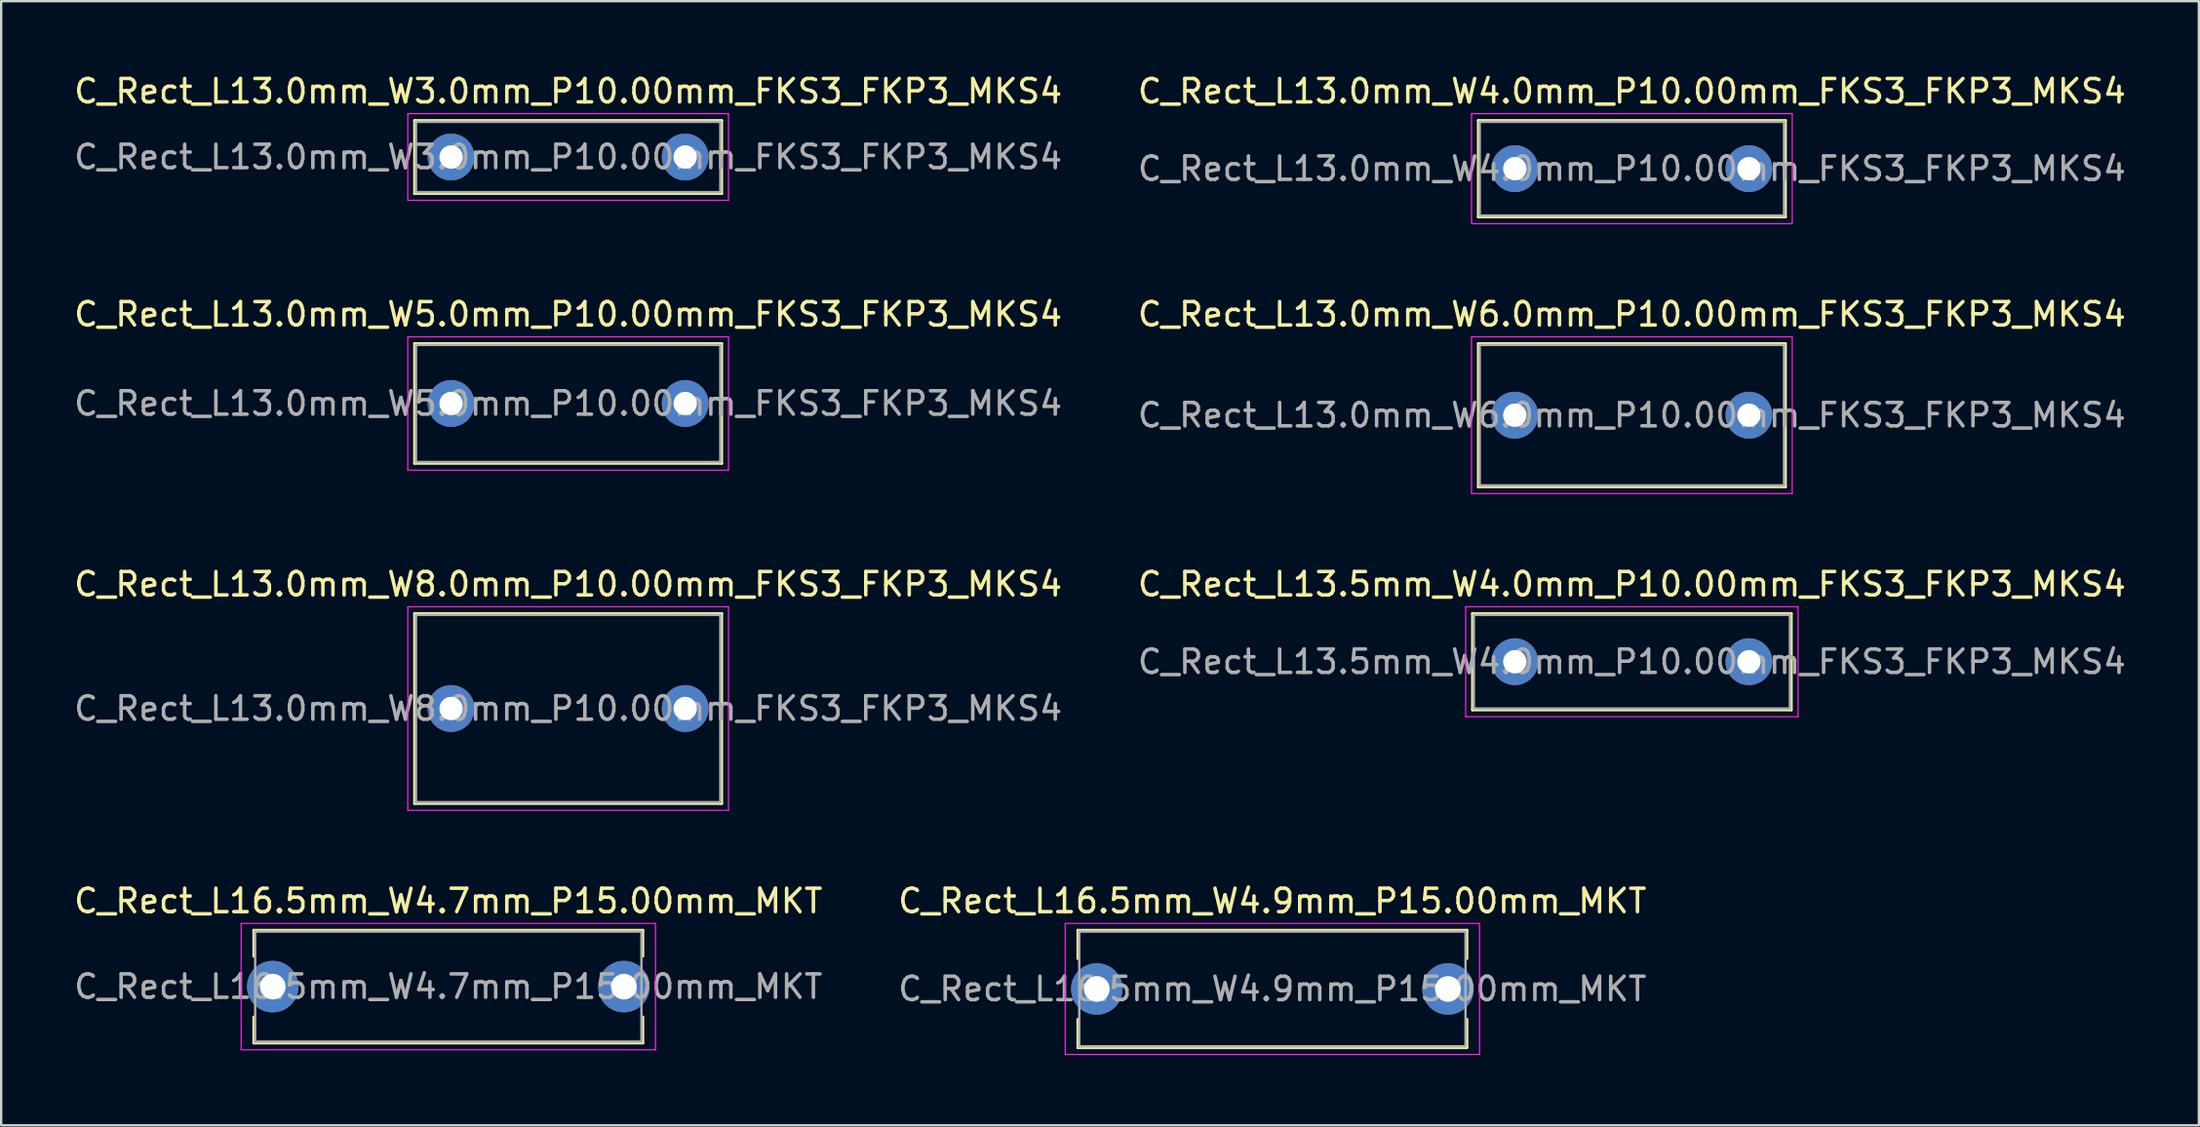
<source format=kicad_pcb>
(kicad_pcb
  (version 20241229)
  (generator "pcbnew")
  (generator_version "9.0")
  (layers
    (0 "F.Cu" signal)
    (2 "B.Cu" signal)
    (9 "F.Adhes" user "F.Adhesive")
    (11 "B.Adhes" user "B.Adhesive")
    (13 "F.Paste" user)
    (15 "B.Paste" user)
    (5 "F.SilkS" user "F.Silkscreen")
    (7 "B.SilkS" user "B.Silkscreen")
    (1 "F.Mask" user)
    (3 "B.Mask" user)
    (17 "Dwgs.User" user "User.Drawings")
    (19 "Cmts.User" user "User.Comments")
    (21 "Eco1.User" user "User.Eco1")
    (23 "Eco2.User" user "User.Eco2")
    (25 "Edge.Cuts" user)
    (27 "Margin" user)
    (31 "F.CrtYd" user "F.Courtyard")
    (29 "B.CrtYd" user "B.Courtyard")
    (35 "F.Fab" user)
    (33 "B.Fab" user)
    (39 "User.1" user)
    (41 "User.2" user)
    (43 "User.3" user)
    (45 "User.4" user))
  (footprint "C_Rect_L16.5mm_W4.7mm_P15.00mm_MKT"
    (layer "F.Cu")
    (at 8.601 39.108)
    (property "Reference" "C_Rect_L16.5mm_W4.7mm_P15.00mm_MKT" (at 7.5 -3.66 0) (layer "F.SilkS") (effects (font (size 1 1) (thickness 0.15))))
    (attr through_hole)
    (fp_line (start -0.81 -2.41) (end -0.81 -1.296) (stroke (width 0.12) (type solid)) (layer "F.SilkS"))
    (fp_line (start -0.81 -2.41) (end 15.81 -2.41) (stroke (width 0.12) (type solid)) (layer "F.SilkS"))
    (fp_line (start -0.81 1.296) (end -0.81 2.41) (stroke (width 0.12) (type solid)) (layer "F.SilkS"))
    (fp_line (start -0.81 2.41) (end 15.81 2.41) (stroke (width 0.12) (type solid)) (layer "F.SilkS"))
    (fp_line (start 15.81 -2.41) (end 15.81 -1.296) (stroke (width 0.12) (type solid)) (layer "F.SilkS"))
    (fp_line (start 15.81 1.296) (end 15.81 2.41) (stroke (width 0.12) (type solid)) (layer "F.SilkS"))
    (fp_line (start -1.35 -2.7) (end -1.35 2.7) (stroke (width 0.05) (type solid)) (layer "F.CrtYd"))
    (fp_line (start -1.35 2.7) (end 16.35 2.7) (stroke (width 0.05) (type solid)) (layer "F.CrtYd"))
    (fp_line (start 16.35 -2.7) (end -1.35 -2.7) (stroke (width 0.05) (type solid)) (layer "F.CrtYd"))
    (fp_line (start 16.35 2.7) (end 16.35 -2.7) (stroke (width 0.05) (type solid)) (layer "F.CrtYd"))
    (fp_line (start -0.75 -2.35) (end -0.75 2.35) (stroke (width 0.1) (type solid)) (layer "F.Fab"))
    (fp_line (start -0.75 2.35) (end 15.75 2.35) (stroke (width 0.1) (type solid)) (layer "F.Fab"))
    (fp_line (start 15.75 -2.35) (end -0.75 -2.35) (stroke (width 0.1) (type solid)) (layer "F.Fab"))
    (fp_line (start 15.75 2.35) (end 15.75 -2.35) (stroke (width 0.1) (type solid)) (layer "F.Fab"))
    (fp_text user "${REFERENCE}" (at 7.5 0 0) (layer "F.Fab") (effects (font (size 1 1) (thickness 0.15))))
    (pad "1" thru_hole circle (at 0 0) (size 2.2 2.2) (drill 1.1) (layers "*.Cu" "*.Mask"))
    (pad "2" thru_hole circle (at 15 0) (size 2.2 2.2) (drill 1.1) (layers "*.Cu" "*.Mask")))
  (footprint "C_Rect_L13.0mm_W6.0mm_P10.00mm_FKS3_FKP3_MKS4"
    (layer "F.Cu")
    (at 61.661 14.691)
    (property "Reference" "C_Rect_L13.0mm_W6.0mm_P10.00mm_FKS3_FKP3_MKS4" (at 5 -4.31 0) (layer "F.SilkS") (effects (font (size 1 1) (thickness 0.15))))
    (attr through_hole)
    (fp_line (start -1.56 -3.06) (end -1.56 3.06) (stroke (width 0.12) (type solid)) (layer "F.SilkS"))
    (fp_line (start -1.56 -3.06) (end 11.56 -3.06) (stroke (width 0.12) (type solid)) (layer "F.SilkS"))
    (fp_line (start -1.56 3.06) (end 11.56 3.06) (stroke (width 0.12) (type solid)) (layer "F.SilkS"))
    (fp_line (start 11.56 -3.06) (end 11.56 3.06) (stroke (width 0.12) (type solid)) (layer "F.SilkS"))
    (fp_line (start -1.85 -3.35) (end -1.85 3.35) (stroke (width 0.05) (type solid)) (layer "F.CrtYd"))
    (fp_line (start -1.85 3.35) (end 11.85 3.35) (stroke (width 0.05) (type solid)) (layer "F.CrtYd"))
    (fp_line (start 11.85 -3.35) (end -1.85 -3.35) (stroke (width 0.05) (type solid)) (layer "F.CrtYd"))
    (fp_line (start 11.85 3.35) (end 11.85 -3.35) (stroke (width 0.05) (type solid)) (layer "F.CrtYd"))
    (fp_line (start -1.5 -3) (end -1.5 3) (stroke (width 0.1) (type solid)) (layer "F.Fab"))
    (fp_line (start -1.5 3) (end 11.5 3) (stroke (width 0.1) (type solid)) (layer "F.Fab"))
    (fp_line (start 11.5 -3) (end -1.5 -3) (stroke (width 0.1) (type solid)) (layer "F.Fab"))
    (fp_line (start 11.5 3) (end 11.5 -3) (stroke (width 0.1) (type solid)) (layer "F.Fab"))
    (fp_text user "${REFERENCE}" (at 5 0 0) (layer "F.Fab") (effects (font (size 1 1) (thickness 0.15))))
    (pad "1" thru_hole circle (at 0 0) (size 2 2) (drill 1) (layers "*.Cu" "*.Mask"))
    (pad "2" thru_hole circle (at 10 0) (size 2 2) (drill 1) (layers "*.Cu" "*.Mask")))
  (footprint "C_Rect_L13.5mm_W4.0mm_P10.00mm_FKS3_FKP3_MKS4"
    (layer "F.Cu")
    (at 61.661 25.225)
    (property "Reference" "C_Rect_L13.5mm_W4.0mm_P10.00mm_FKS3_FKP3_MKS4" (at 5 -3.31 0) (layer "F.SilkS") (effects (font (size 1 1) (thickness 0.15))))
    (attr through_hole)
    (fp_line (start -1.81 -2.06) (end -1.81 2.06) (stroke (width 0.12) (type solid)) (layer "F.SilkS"))
    (fp_line (start -1.81 -2.06) (end 11.81 -2.06) (stroke (width 0.12) (type solid)) (layer "F.SilkS"))
    (fp_line (start -1.81 2.06) (end 11.81 2.06) (stroke (width 0.12) (type solid)) (layer "F.SilkS"))
    (fp_line (start 11.81 -2.06) (end 11.81 2.06) (stroke (width 0.12) (type solid)) (layer "F.SilkS"))
    (fp_line (start -2.1 -2.35) (end -2.1 2.35) (stroke (width 0.05) (type solid)) (layer "F.CrtYd"))
    (fp_line (start -2.1 2.35) (end 12.1 2.35) (stroke (width 0.05) (type solid)) (layer "F.CrtYd"))
    (fp_line (start 12.1 -2.35) (end -2.1 -2.35) (stroke (width 0.05) (type solid)) (layer "F.CrtYd"))
    (fp_line (start 12.1 2.35) (end 12.1 -2.35) (stroke (width 0.05) (type solid)) (layer "F.CrtYd"))
    (fp_line (start -1.75 -2) (end -1.75 2) (stroke (width 0.1) (type solid)) (layer "F.Fab"))
    (fp_line (start -1.75 2) (end 11.75 2) (stroke (width 0.1) (type solid)) (layer "F.Fab"))
    (fp_line (start 11.75 -2) (end -1.75 -2) (stroke (width 0.1) (type solid)) (layer "F.Fab"))
    (fp_line (start 11.75 2) (end 11.75 -2) (stroke (width 0.1) (type solid)) (layer "F.Fab"))
    (fp_text user "${REFERENCE}" (at 5 0 0) (layer "F.Fab") (effects (font (size 1 1) (thickness 0.15))))
    (pad "1" thru_hole circle (at 0 0) (size 2 2) (drill 1) (layers "*.Cu" "*.Mask"))
    (pad "2" thru_hole circle (at 10 0) (size 2 2) (drill 1) (layers "*.Cu" "*.Mask")))
  (footprint "C_Rect_L13.0mm_W4.0mm_P10.00mm_FKS3_FKP3_MKS4"
    (layer "F.Cu")
    (at 61.661 4.158)
    (property "Reference" "C_Rect_L13.0mm_W4.0mm_P10.00mm_FKS3_FKP3_MKS4" (at 5 -3.31 0) (layer "F.SilkS") (effects (font (size 1 1) (thickness 0.15))))
    (attr through_hole)
    (fp_line (start -1.56 -2.06) (end -1.56 2.06) (stroke (width 0.12) (type solid)) (layer "F.SilkS"))
    (fp_line (start -1.56 -2.06) (end 11.56 -2.06) (stroke (width 0.12) (type solid)) (layer "F.SilkS"))
    (fp_line (start -1.56 2.06) (end 11.56 2.06) (stroke (width 0.12) (type solid)) (layer "F.SilkS"))
    (fp_line (start 11.56 -2.06) (end 11.56 2.06) (stroke (width 0.12) (type solid)) (layer "F.SilkS"))
    (fp_line (start -1.85 -2.35) (end -1.85 2.35) (stroke (width 0.05) (type solid)) (layer "F.CrtYd"))
    (fp_line (start -1.85 2.35) (end 11.85 2.35) (stroke (width 0.05) (type solid)) (layer "F.CrtYd"))
    (fp_line (start 11.85 -2.35) (end -1.85 -2.35) (stroke (width 0.05) (type solid)) (layer "F.CrtYd"))
    (fp_line (start 11.85 2.35) (end 11.85 -2.35) (stroke (width 0.05) (type solid)) (layer "F.CrtYd"))
    (fp_line (start -1.5 -2) (end -1.5 2) (stroke (width 0.1) (type solid)) (layer "F.Fab"))
    (fp_line (start -1.5 2) (end 11.5 2) (stroke (width 0.1) (type solid)) (layer "F.Fab"))
    (fp_line (start 11.5 -2) (end -1.5 -2) (stroke (width 0.1) (type solid)) (layer "F.Fab"))
    (fp_line (start 11.5 2) (end 11.5 -2) (stroke (width 0.1) (type solid)) (layer "F.Fab"))
    (fp_text user "${REFERENCE}" (at 5 0 0) (layer "F.Fab") (effects (font (size 1 1) (thickness 0.15))))
    (pad "1" thru_hole circle (at 0 0) (size 2 2) (drill 1) (layers "*.Cu" "*.Mask"))
    (pad "2" thru_hole circle (at 10 0) (size 2 2) (drill 1) (layers "*.Cu" "*.Mask")))
  (footprint "C_Rect_L13.0mm_W5.0mm_P10.00mm_FKS3_FKP3_MKS4"
    (layer "F.Cu")
    (at 16.22 14.191)
    (property "Reference" "C_Rect_L13.0mm_W5.0mm_P10.00mm_FKS3_FKP3_MKS4" (at 5 -3.81 0) (layer "F.SilkS") (effects (font (size 1 1) (thickness 0.15))))
    (attr through_hole)
    (fp_line (start -1.56 -2.56) (end -1.56 2.56) (stroke (width 0.12) (type solid)) (layer "F.SilkS"))
    (fp_line (start -1.56 -2.56) (end 11.56 -2.56) (stroke (width 0.12) (type solid)) (layer "F.SilkS"))
    (fp_line (start -1.56 2.56) (end 11.56 2.56) (stroke (width 0.12) (type solid)) (layer "F.SilkS"))
    (fp_line (start 11.56 -2.56) (end 11.56 2.56) (stroke (width 0.12) (type solid)) (layer "F.SilkS"))
    (fp_line (start -1.85 -2.85) (end -1.85 2.85) (stroke (width 0.05) (type solid)) (layer "F.CrtYd"))
    (fp_line (start -1.85 2.85) (end 11.85 2.85) (stroke (width 0.05) (type solid)) (layer "F.CrtYd"))
    (fp_line (start 11.85 -2.85) (end -1.85 -2.85) (stroke (width 0.05) (type solid)) (layer "F.CrtYd"))
    (fp_line (start 11.85 2.85) (end 11.85 -2.85) (stroke (width 0.05) (type solid)) (layer "F.CrtYd"))
    (fp_line (start -1.5 -2.5) (end -1.5 2.5) (stroke (width 0.1) (type solid)) (layer "F.Fab"))
    (fp_line (start -1.5 2.5) (end 11.5 2.5) (stroke (width 0.1) (type solid)) (layer "F.Fab"))
    (fp_line (start 11.5 -2.5) (end -1.5 -2.5) (stroke (width 0.1) (type solid)) (layer "F.Fab"))
    (fp_line (start 11.5 2.5) (end 11.5 -2.5) (stroke (width 0.1) (type solid)) (layer "F.Fab"))
    (fp_text user "${REFERENCE}" (at 5 0 0) (layer "F.Fab") (effects (font (size 1 1) (thickness 0.15))))
    (pad "1" thru_hole circle (at 0 0) (size 2 2) (drill 1) (layers "*.Cu" "*.Mask"))
    (pad "2" thru_hole circle (at 10 0) (size 2 2) (drill 1) (layers "*.Cu" "*.Mask")))
  (footprint "C_Rect_L16.5mm_W4.9mm_P15.00mm_MKT"
    (layer "F.Cu")
    (at 43.804 39.208)
    (property "Reference" "C_Rect_L16.5mm_W4.9mm_P15.00mm_MKT" (at 7.5 -3.76 0) (layer "F.SilkS") (effects (font (size 1 1) (thickness 0.15))))
    (attr through_hole)
    (fp_line (start -0.81 -2.51) (end -0.81 -1.296) (stroke (width 0.12) (type solid)) (layer "F.SilkS"))
    (fp_line (start -0.81 -2.51) (end 15.81 -2.51) (stroke (width 0.12) (type solid)) (layer "F.SilkS"))
    (fp_line (start -0.81 1.296) (end -0.81 2.51) (stroke (width 0.12) (type solid)) (layer "F.SilkS"))
    (fp_line (start -0.81 2.51) (end 15.81 2.51) (stroke (width 0.12) (type solid)) (layer "F.SilkS"))
    (fp_line (start 15.81 -2.51) (end 15.81 -1.296) (stroke (width 0.12) (type solid)) (layer "F.SilkS"))
    (fp_line (start 15.81 1.296) (end 15.81 2.51) (stroke (width 0.12) (type solid)) (layer "F.SilkS"))
    (fp_line (start -1.35 -2.8) (end -1.35 2.8) (stroke (width 0.05) (type solid)) (layer "F.CrtYd"))
    (fp_line (start -1.35 2.8) (end 16.35 2.8) (stroke (width 0.05) (type solid)) (layer "F.CrtYd"))
    (fp_line (start 16.35 -2.8) (end -1.35 -2.8) (stroke (width 0.05) (type solid)) (layer "F.CrtYd"))
    (fp_line (start 16.35 2.8) (end 16.35 -2.8) (stroke (width 0.05) (type solid)) (layer "F.CrtYd"))
    (fp_line (start -0.75 -2.45) (end -0.75 2.45) (stroke (width 0.1) (type solid)) (layer "F.Fab"))
    (fp_line (start -0.75 2.45) (end 15.75 2.45) (stroke (width 0.1) (type solid)) (layer "F.Fab"))
    (fp_line (start 15.75 -2.45) (end -0.75 -2.45) (stroke (width 0.1) (type solid)) (layer "F.Fab"))
    (fp_line (start 15.75 2.45) (end 15.75 -2.45) (stroke (width 0.1) (type solid)) (layer "F.Fab"))
    (fp_text user "${REFERENCE}" (at 7.5 0 0) (layer "F.Fab") (effects (font (size 1 1) (thickness 0.15))))
    (pad "1" thru_hole circle (at 0 0) (size 2.2 2.2) (drill 1.1) (layers "*.Cu" "*.Mask"))
    (pad "2" thru_hole circle (at 15 0) (size 2.2 2.2) (drill 1.1) (layers "*.Cu" "*.Mask")))
  (footprint "C_Rect_L13.0mm_W3.0mm_P10.00mm_FKS3_FKP3_MKS4"
    (layer "F.Cu")
    (at 16.22 3.658)
    (property "Reference" "C_Rect_L13.0mm_W3.0mm_P10.00mm_FKS3_FKP3_MKS4" (at 5 -2.81 0) (layer "F.SilkS") (effects (font (size 1 1) (thickness 0.15))))
    (attr through_hole)
    (fp_line (start -1.56 -1.56) (end -1.56 1.56) (stroke (width 0.12) (type solid)) (layer "F.SilkS"))
    (fp_line (start -1.56 -1.56) (end 11.56 -1.56) (stroke (width 0.12) (type solid)) (layer "F.SilkS"))
    (fp_line (start -1.56 1.56) (end 11.56 1.56) (stroke (width 0.12) (type solid)) (layer "F.SilkS"))
    (fp_line (start 11.56 -1.56) (end 11.56 1.56) (stroke (width 0.12) (type solid)) (layer "F.SilkS"))
    (fp_line (start -1.85 -1.85) (end -1.85 1.85) (stroke (width 0.05) (type solid)) (layer "F.CrtYd"))
    (fp_line (start -1.85 1.85) (end 11.85 1.85) (stroke (width 0.05) (type solid)) (layer "F.CrtYd"))
    (fp_line (start 11.85 -1.85) (end -1.85 -1.85) (stroke (width 0.05) (type solid)) (layer "F.CrtYd"))
    (fp_line (start 11.85 1.85) (end 11.85 -1.85) (stroke (width 0.05) (type solid)) (layer "F.CrtYd"))
    (fp_line (start -1.5 -1.5) (end -1.5 1.5) (stroke (width 0.1) (type solid)) (layer "F.Fab"))
    (fp_line (start -1.5 1.5) (end 11.5 1.5) (stroke (width 0.1) (type solid)) (layer "F.Fab"))
    (fp_line (start 11.5 -1.5) (end -1.5 -1.5) (stroke (width 0.1) (type solid)) (layer "F.Fab"))
    (fp_line (start 11.5 1.5) (end 11.5 -1.5) (stroke (width 0.1) (type solid)) (layer "F.Fab"))
    (fp_text user "${REFERENCE}" (at 5 0 0) (layer "F.Fab") (effects (font (size 1 1) (thickness 0.15))))
    (pad "1" thru_hole circle (at 0 0) (size 2 2) (drill 1) (layers "*.Cu" "*.Mask"))
    (pad "2" thru_hole circle (at 10 0) (size 2 2) (drill 1) (layers "*.Cu" "*.Mask")))
  (footprint "C_Rect_L13.0mm_W8.0mm_P10.00mm_FKS3_FKP3_MKS4"
    (layer "F.Cu")
    (at 16.22 27.225)
    (property "Reference" "C_Rect_L13.0mm_W8.0mm_P10.00mm_FKS3_FKP3_MKS4" (at 5 -5.31 0) (layer "F.SilkS") (effects (font (size 1 1) (thickness 0.15))))
    (attr through_hole)
    (fp_line (start -1.56 -4.06) (end -1.56 4.06) (stroke (width 0.12) (type solid)) (layer "F.SilkS"))
    (fp_line (start -1.56 -4.06) (end 11.56 -4.06) (stroke (width 0.12) (type solid)) (layer "F.SilkS"))
    (fp_line (start -1.56 4.06) (end 11.56 4.06) (stroke (width 0.12) (type solid)) (layer "F.SilkS"))
    (fp_line (start 11.56 -4.06) (end 11.56 4.06) (stroke (width 0.12) (type solid)) (layer "F.SilkS"))
    (fp_line (start -1.85 -4.35) (end -1.85 4.35) (stroke (width 0.05) (type solid)) (layer "F.CrtYd"))
    (fp_line (start -1.85 4.35) (end 11.85 4.35) (stroke (width 0.05) (type solid)) (layer "F.CrtYd"))
    (fp_line (start 11.85 -4.35) (end -1.85 -4.35) (stroke (width 0.05) (type solid)) (layer "F.CrtYd"))
    (fp_line (start 11.85 4.35) (end 11.85 -4.35) (stroke (width 0.05) (type solid)) (layer "F.CrtYd"))
    (fp_line (start -1.5 -4) (end -1.5 4) (stroke (width 0.1) (type solid)) (layer "F.Fab"))
    (fp_line (start -1.5 4) (end 11.5 4) (stroke (width 0.1) (type solid)) (layer "F.Fab"))
    (fp_line (start 11.5 -4) (end -1.5 -4) (stroke (width 0.1) (type solid)) (layer "F.Fab"))
    (fp_line (start 11.5 4) (end 11.5 -4) (stroke (width 0.1) (type solid)) (layer "F.Fab"))
    (fp_text user "${REFERENCE}" (at 5 0 0) (layer "F.Fab") (effects (font (size 1 1) (thickness 0.15))))
    (pad "1" thru_hole circle (at 0 0) (size 2 2) (drill 1) (layers "*.Cu" "*.Mask"))
    (pad "2" thru_hole circle (at 10 0) (size 2 2) (drill 1) (layers "*.Cu" "*.Mask")))
  (gr_rect
    (start -3 -3)
    (end 90.881 45.033)
    (stroke (width 0.1) (type default))
    (fill no)
    (layer "Edge.Cuts")))
</source>
